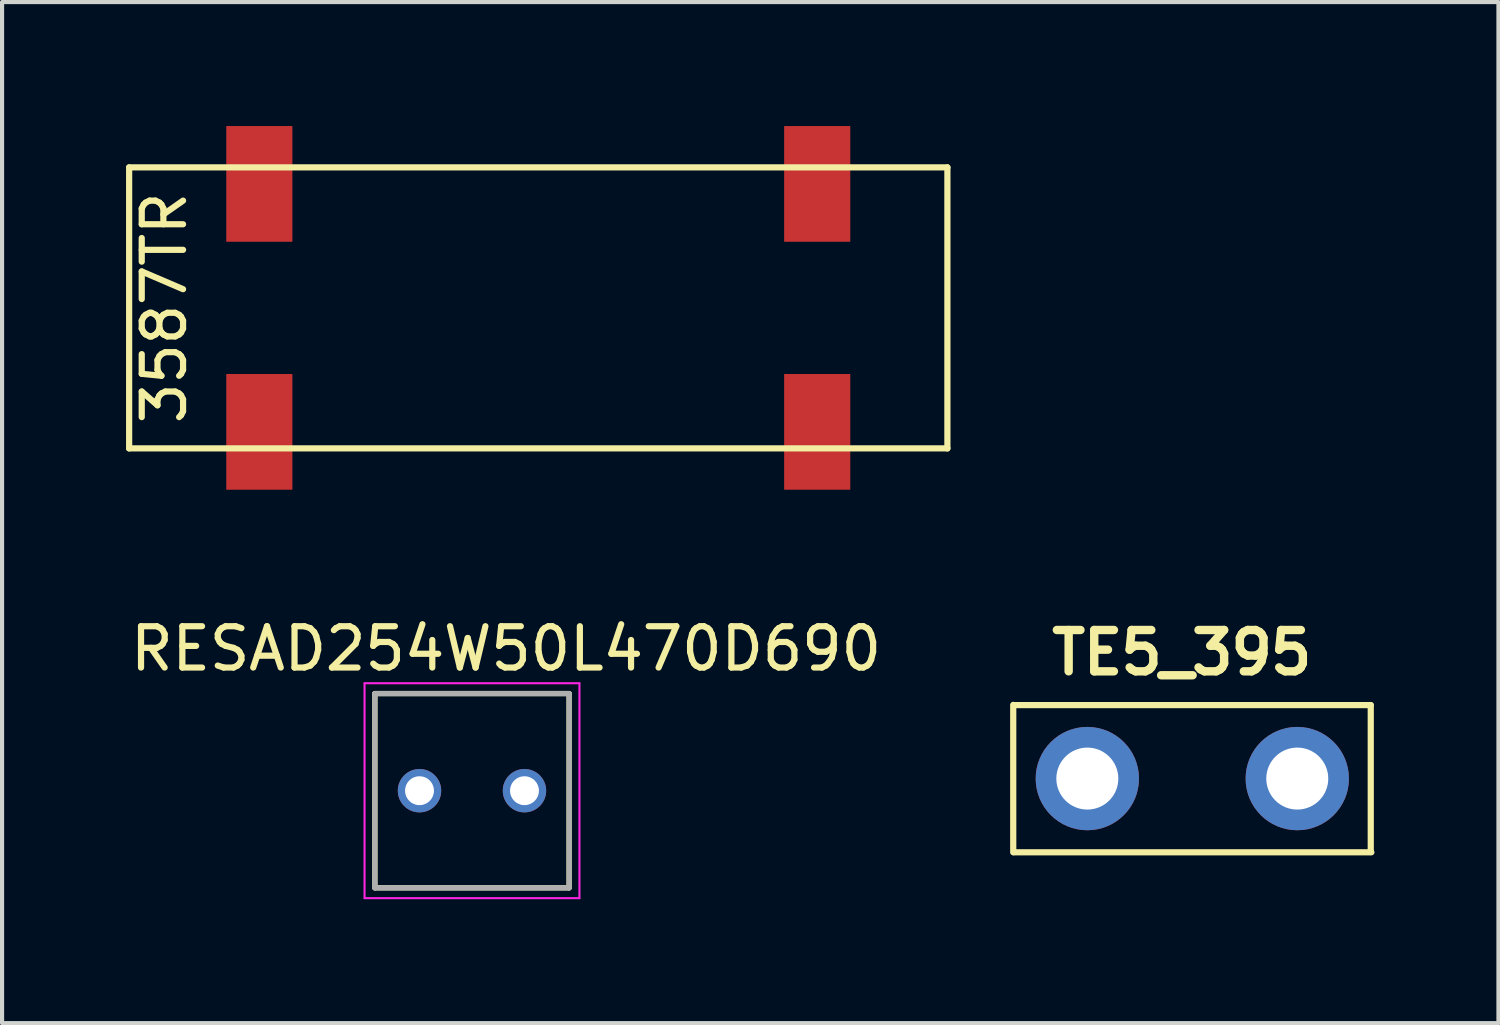
<source format=kicad_pcb>
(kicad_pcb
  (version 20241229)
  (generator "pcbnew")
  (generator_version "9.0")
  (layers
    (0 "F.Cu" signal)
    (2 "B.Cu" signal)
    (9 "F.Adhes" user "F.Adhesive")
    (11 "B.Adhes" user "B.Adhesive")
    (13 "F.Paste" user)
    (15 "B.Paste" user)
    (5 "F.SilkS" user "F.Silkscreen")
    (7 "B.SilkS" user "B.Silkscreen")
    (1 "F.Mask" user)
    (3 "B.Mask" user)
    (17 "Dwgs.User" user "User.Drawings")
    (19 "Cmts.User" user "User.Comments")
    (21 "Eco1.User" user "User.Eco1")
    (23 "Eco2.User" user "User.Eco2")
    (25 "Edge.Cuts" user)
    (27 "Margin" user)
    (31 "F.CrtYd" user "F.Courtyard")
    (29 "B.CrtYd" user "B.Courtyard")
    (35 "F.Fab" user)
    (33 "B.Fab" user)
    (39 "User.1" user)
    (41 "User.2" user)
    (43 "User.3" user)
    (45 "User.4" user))
  (footprint "RESAD254W50L470D690"
    (layer "F.Cu")
    (at 8.371 16.083)
    (property "Reference" "RESAD254W50L470D690" (at 0.825 -3.435 0) (layer "F.SilkS") (effects (font (size 1 1) (thickness 0.15))))
    (attr through_hole)
    (fp_line (start -2.35 -2.35) (end -2.35 2.35) (stroke (width 0.127) (type solid)) (layer "F.SilkS"))
    (fp_line (start -2.35 -2.35) (end 2.35 -2.35) (stroke (width 0.127) (type solid)) (layer "F.SilkS"))
    (fp_line (start -2.35 2.35) (end 2.35 2.35) (stroke (width 0.127) (type solid)) (layer "F.SilkS"))
    (fp_line (start 2.35 -2.35) (end 2.35 2.35) (stroke (width 0.127) (type solid)) (layer "F.SilkS"))
    (fp_line (start -2.6 -2.6) (end -2.6 2.6) (stroke (width 0.05) (type solid)) (layer "F.CrtYd"))
    (fp_line (start -2.6 -2.6) (end 2.6 -2.6) (stroke (width 0.05) (type solid)) (layer "F.CrtYd"))
    (fp_line (start 2.6 -2.6) (end 2.6 2.6) (stroke (width 0.05) (type solid)) (layer "F.CrtYd"))
    (fp_line (start 2.6 2.6) (end -2.6 2.6) (stroke (width 0.05) (type solid)) (layer "F.CrtYd"))
    (fp_line (start -2.35 -2.35) (end -2.35 2.35) (stroke (width 0.127) (type solid)) (layer "F.Fab"))
    (fp_line (start -2.35 -2.35) (end 2.35 -2.35) (stroke (width 0.127) (type solid)) (layer "F.Fab"))
    (fp_line (start 2.35 -2.35) (end 2.35 2.35) (stroke (width 0.127) (type solid)) (layer "F.Fab"))
    (fp_line (start 2.35 2.35) (end -2.35 2.35) (stroke (width 0.127) (type solid)) (layer "F.Fab"))
    (pad "1" thru_hole circle (at -1.27 0) (size 1.05 1.05) (drill 0.7) (layers "*.Cu" "*.Mask"))
    (pad "2" thru_hole circle (at 1.27 0) (size 1.05 1.05) (drill 0.7) (layers "*.Cu" "*.Mask")))
  (footprint "3587TR"
    (layer "F.Cu")
    (at 9.975 4.4)
    (property "Reference" "3587TR" (at -9.05 0 90) (layer "F.SilkS") (effects (font (size 1 1) (thickness 0.15))))
    (attr smd)
    (fp_line (start -9.9 -3.4) (end 9.9 -3.4) (stroke (width 0.15) (type solid)) (layer "F.SilkS"))
    (fp_line (start -9.9 3.4) (end -9.9 -3.4) (stroke (width 0.15) (type solid)) (layer "F.SilkS"))
    (fp_line (start 9.9 -3.4) (end 9.9 3.4) (stroke (width 0.15) (type solid)) (layer "F.SilkS"))
    (fp_line (start 9.9 3.4) (end -9.9 3.4) (stroke (width 0.15) (type solid)) (layer "F.SilkS"))
    (pad "1" smd rect (at -6.75 -3) (size 1.6 2.8) (layers "F.Cu" "F.Mask" "F.Paste"))
    (pad "1" smd rect (at -6.75 3) (size 1.6 2.8) (layers "F.Cu" "F.Mask" "F.Paste"))
    (pad "2" smd rect (at 6.75 -3) (size 1.6 2.8) (layers "F.Cu" "F.Mask" "F.Paste"))
    (pad "2" smd rect (at 6.75 3) (size 1.6 2.8) (layers "F.Cu" "F.Mask" "F.Paste")))
  (footprint "TE5_395"
    (layer "F.Cu")
    (at 25.801 15.79)
    (property "Reference" "TE5_395" (at -0.254 -3.048 0) (layer "F.SilkS") (effects (font (size 1 1) (thickness 0.203))))
    (attr through_hole)
    (fp_line (start -4.333 1.783) (end -4.333 -1.783) (stroke (width 0.15) (type solid)) (layer "F.SilkS"))
    (fp_line (start 4.318 -1.778) (end -4.318 -1.778) (stroke (width 0.15) (type solid)) (layer "F.SilkS"))
    (fp_line (start 4.318 1.778) (end 4.318 -1.778) (stroke (width 0.15) (type solid)) (layer "F.SilkS"))
    (fp_line (start 4.333 1.783) (end -4.318 1.783) (stroke (width 0.15) (type solid)) (layer "F.SilkS"))
    (pad "1" thru_hole circle (at -2.54 0) (size 2.5 2.5) (drill 1.5) (layers "*.Cu" "*.Mask"))
    (pad "2" thru_hole circle (at 2.54 0) (size 2.5 2.5) (drill 1.5) (layers "*.Cu" "*.Mask")))
  (gr_rect
    (start -3 -3)
    (end 33.209 21.708)
    (stroke (width 0.1) (type default))
    (fill no)
    (layer "Edge.Cuts")))
</source>
